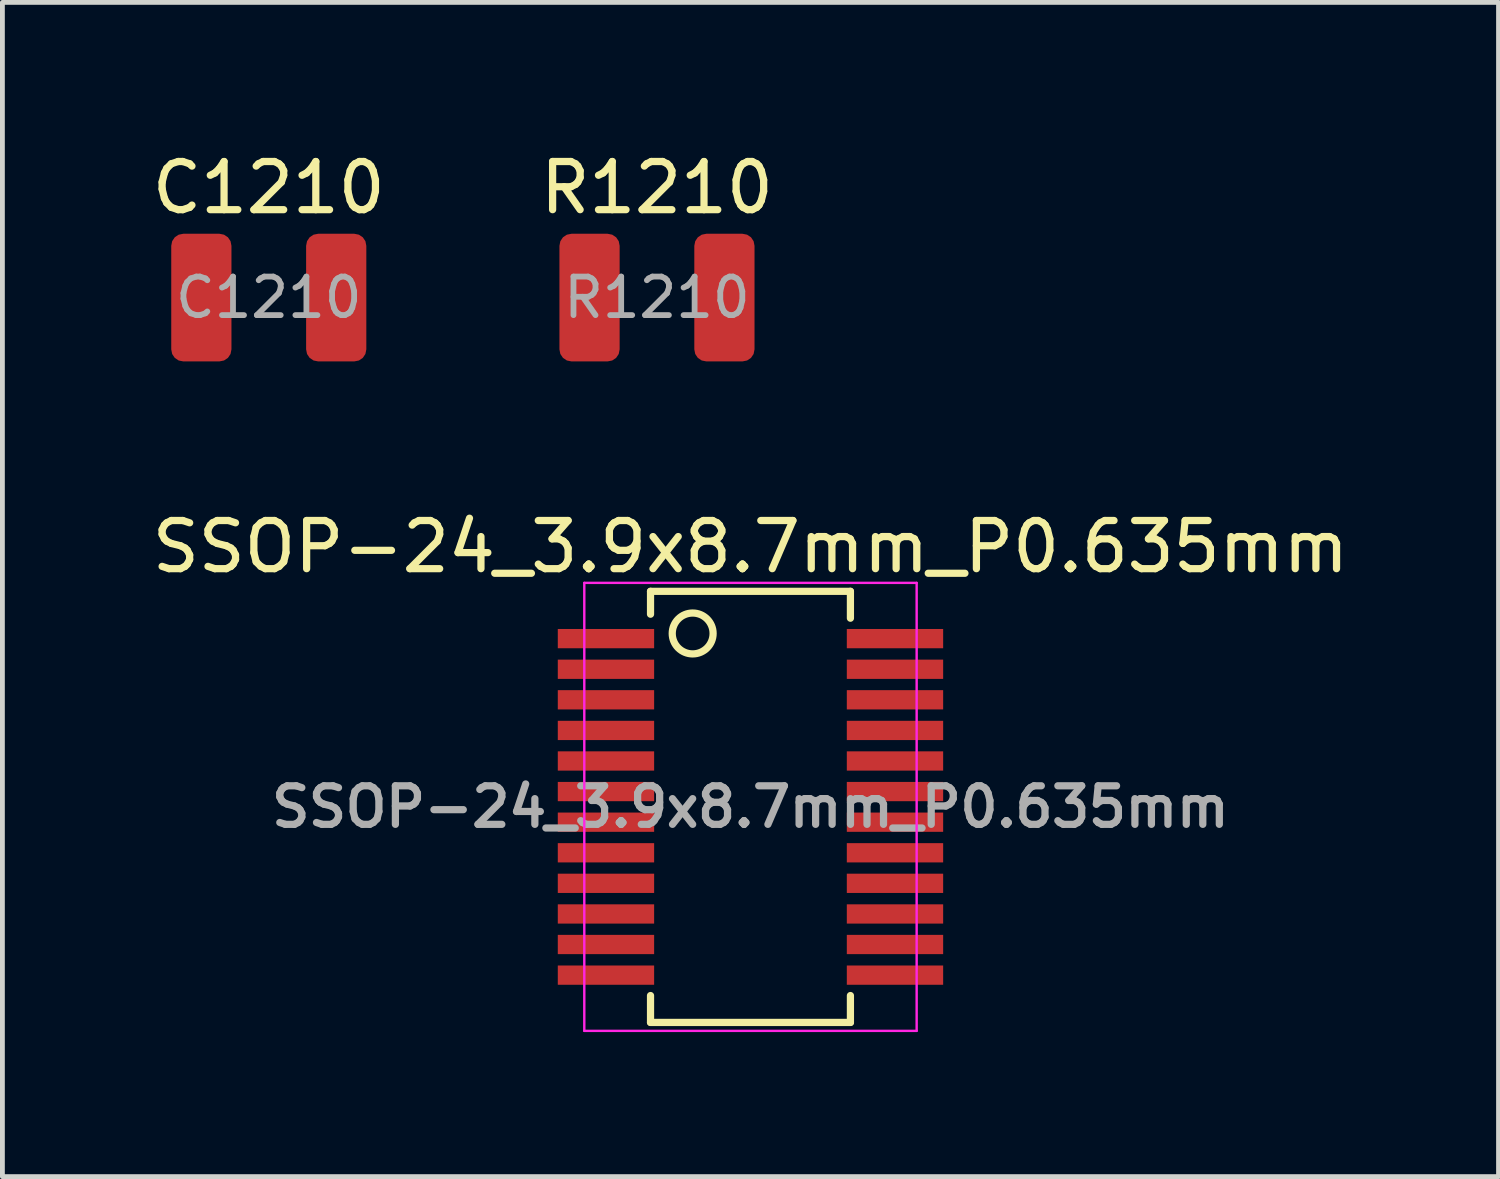
<source format=kicad_pcb>
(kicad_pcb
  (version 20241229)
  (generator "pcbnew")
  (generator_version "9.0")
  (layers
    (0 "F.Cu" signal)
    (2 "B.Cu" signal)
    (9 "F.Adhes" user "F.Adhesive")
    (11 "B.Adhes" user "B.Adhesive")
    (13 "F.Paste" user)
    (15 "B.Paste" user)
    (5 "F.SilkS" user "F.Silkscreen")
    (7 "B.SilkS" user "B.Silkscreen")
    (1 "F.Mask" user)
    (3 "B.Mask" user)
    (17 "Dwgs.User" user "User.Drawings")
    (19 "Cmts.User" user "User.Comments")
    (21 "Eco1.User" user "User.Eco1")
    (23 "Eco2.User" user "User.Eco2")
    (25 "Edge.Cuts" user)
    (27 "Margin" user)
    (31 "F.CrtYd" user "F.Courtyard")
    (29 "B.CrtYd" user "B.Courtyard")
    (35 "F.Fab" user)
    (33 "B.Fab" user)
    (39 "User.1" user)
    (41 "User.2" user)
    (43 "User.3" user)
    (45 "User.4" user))
  (footprint "SSOP-24_3.9x8.7mm_P0.635mm"
    (layer "F.Cu")
    (at 12.53 13.701)
    (property "Reference" "SSOP-24_3.9x8.7mm_P0.635mm" (at 0 -5.4 0) (layer "F.SilkS") (effects (font (size 1 1) (thickness 0.15))))
    (attr smd)
    (fp_line (start -2.075 -4.475) (end -2.075 -4) (stroke (width 0.15) (type solid)) (layer "F.SilkS"))
    (fp_line (start -2.075 -4.475) (end 2.075 -4.475) (stroke (width 0.15) (type solid)) (layer "F.SilkS"))
    (fp_line (start -2.075 4.475) (end -2.075 3.917) (stroke (width 0.15) (type solid)) (layer "F.SilkS"))
    (fp_line (start -2.075 4.475) (end 2.075 4.475) (stroke (width 0.15) (type solid)) (layer "F.SilkS"))
    (fp_line (start 2.075 -4.475) (end 2.075 -3.917) (stroke (width 0.15) (type solid)) (layer "F.SilkS"))
    (fp_line (start 2.075 4.475) (end 2.075 3.917) (stroke (width 0.15) (type solid)) (layer "F.SilkS"))
    (fp_circle (center -1.2 -3.6) (end -0.9 -3.3) (stroke (width 0.15) (type solid)) (fill no) (layer "F.SilkS"))
    (fp_line (start -3.45 -4.65) (end -3.45 4.65) (stroke (width 0.05) (type solid)) (layer "F.CrtYd"))
    (fp_line (start -3.45 -4.65) (end 3.45 -4.65) (stroke (width 0.05) (type solid)) (layer "F.CrtYd"))
    (fp_line (start -3.45 4.65) (end 3.45 4.65) (stroke (width 0.05) (type solid)) (layer "F.CrtYd"))
    (fp_line (start 3.45 -4.65) (end 3.45 4.65) (stroke (width 0.05) (type solid)) (layer "F.CrtYd"))
    (fp_text user "${REFERENCE}" (at 0 0 0) (layer "F.Fab") (effects (font (size 0.8 0.8) (thickness 0.15))))
    (pad "1" smd rect (at -3 -3.493) (size 2 0.4) (layers "F.Cu" "F.Mask" "F.Paste"))
    (pad "2" smd rect (at -3 -2.857) (size 2 0.4) (layers "F.Cu" "F.Mask" "F.Paste"))
    (pad "3" smd rect (at -3 -2.223) (size 2 0.4) (layers "F.Cu" "F.Mask" "F.Paste"))
    (pad "4" smd rect (at -3 -1.587) (size 2 0.4) (layers "F.Cu" "F.Mask" "F.Paste"))
    (pad "5" smd rect (at -3 -0.953) (size 2 0.4) (layers "F.Cu" "F.Mask" "F.Paste"))
    (pad "6" smd rect (at -3 -0.318) (size 2 0.4) (layers "F.Cu" "F.Mask" "F.Paste"))
    (pad "7" smd rect (at -3 0.318) (size 2 0.4) (layers "F.Cu" "F.Mask" "F.Paste"))
    (pad "8" smd rect (at -3 0.953) (size 2 0.4) (layers "F.Cu" "F.Mask" "F.Paste"))
    (pad "9" smd rect (at -3 1.587) (size 2 0.4) (layers "F.Cu" "F.Mask" "F.Paste"))
    (pad "10" smd rect (at -3 2.223) (size 2 0.4) (layers "F.Cu" "F.Mask" "F.Paste"))
    (pad "11" smd rect (at -3 2.857) (size 2 0.4) (layers "F.Cu" "F.Mask" "F.Paste"))
    (pad "12" smd rect (at -3 3.493) (size 2 0.4) (layers "F.Cu" "F.Mask" "F.Paste"))
    (pad "13" smd rect (at 3 3.493) (size 2 0.4) (layers "F.Cu" "F.Mask" "F.Paste"))
    (pad "14" smd rect (at 3 2.857) (size 2 0.4) (layers "F.Cu" "F.Mask" "F.Paste"))
    (pad "15" smd rect (at 3 2.223) (size 2 0.4) (layers "F.Cu" "F.Mask" "F.Paste"))
    (pad "16" smd rect (at 3 1.587) (size 2 0.4) (layers "F.Cu" "F.Mask" "F.Paste"))
    (pad "17" smd rect (at 3 0.953) (size 2 0.4) (layers "F.Cu" "F.Mask" "F.Paste"))
    (pad "18" smd rect (at 3 0.318) (size 2 0.4) (layers "F.Cu" "F.Mask" "F.Paste"))
    (pad "19" smd rect (at 3 -0.318) (size 2 0.4) (layers "F.Cu" "F.Mask" "F.Paste"))
    (pad "20" smd rect (at 3 -0.953) (size 2 0.4) (layers "F.Cu" "F.Mask" "F.Paste"))
    (pad "21" smd rect (at 3 -1.587) (size 2 0.4) (layers "F.Cu" "F.Mask" "F.Paste"))
    (pad "22" smd rect (at 3 -2.223) (size 2 0.4) (layers "F.Cu" "F.Mask" "F.Paste"))
    (pad "23" smd rect (at 3 -2.857) (size 2 0.4) (layers "F.Cu" "F.Mask" "F.Paste"))
    (pad "24" smd rect (at 3 -3.493) (size 2 0.4) (layers "F.Cu" "F.Mask" "F.Paste")))
  (footprint "C1210"
    (layer "F.Cu")
    (at 2.53 3.128)
    (property "Reference" "C1210" (at 0 -2.28 0) (layer "F.SilkS") (effects (font (size 1 1) (thickness 0.15))))
    (attr smd)
    (fp_text user "${REFERENCE}" (at 0 0 0) (layer "F.Fab") (effects (font (size 0.8 0.8) (thickness 0.12))))
    (pad "1" smd roundrect (at -1.4 0) (size 1.25 2.65) (layers "F.Cu" "F.Mask" "F.Paste") (roundrect_rratio 0.2))
    (pad "2" smd roundrect (at 1.4 0) (size 1.25 2.65) (layers "F.Cu" "F.Mask" "F.Paste") (roundrect_rratio 0.2)))
  (footprint "R1210"
    (layer "F.Cu")
    (at 10.589 3.128)
    (property "Reference" "R1210" (at 0 -2.28 0) (layer "F.SilkS") (effects (font (size 1 1) (thickness 0.15))))
    (attr smd)
    (fp_text user "${REFERENCE}" (at 0 0 0) (layer "F.Fab") (effects (font (size 0.8 0.8) (thickness 0.12))))
    (pad "1" smd roundrect (at -1.4 0) (size 1.25 2.65) (layers "F.Cu" "F.Mask" "F.Paste") (roundrect_rratio 0.2))
    (pad "2" smd roundrect (at 1.4 0) (size 1.25 2.65) (layers "F.Cu" "F.Mask" "F.Paste") (roundrect_rratio 0.2)))
  (gr_rect
    (start -3 -3)
    (end 28.06 21.377)
    (stroke (width 0.1) (type default))
    (fill no)
    (layer "Edge.Cuts")))
</source>
